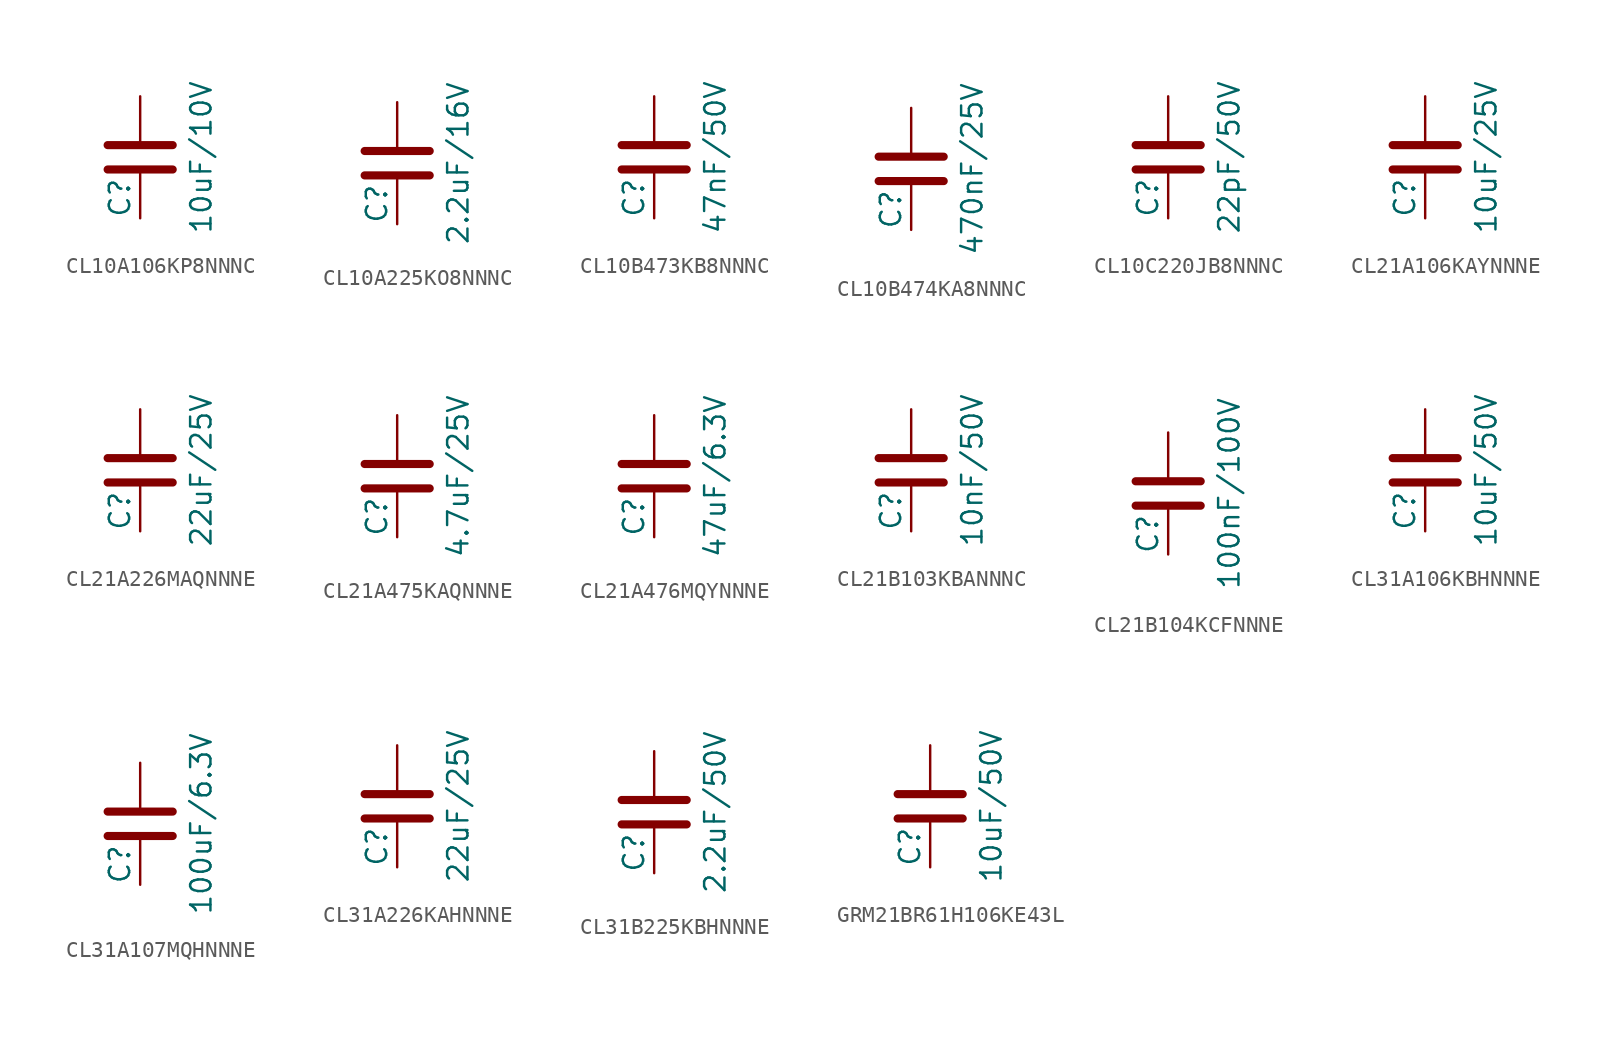
<source format=kicad_sym>
(kicad_symbol_lib
  (version 20211014)
  (generator conandllu_kicad_symbol_generator_20230922_18:37:20)
  (symbol "CL10A106KP8NNNC"
    (pin_numbers hide)
    (pin_names
      (offset 0.254))
    (property "Reference" "C"
      (at -1.27 -3.81 90)
      (effects (font (size 1.27 1.27)) (justify left)))
    (property "Value" "10uF/10V"
      (at 3.81 0 90)
      (effects (font (size 1.27 1.27))))
    (symbol "CL10A106KP8NNNC_0_1"
      (polyline (pts (xy -2.032 -0.762) (xy 2.032 -0.762)) (stroke (width 0.508) (type default)) (fill (type none)))
      (polyline (pts (xy -2.032 0.762) (xy 2.032 0.762)) (stroke (width 0.508) (type default)) (fill (type none))))
    (symbol "CL10A106KP8NNNC_1_1"
      (pin passive line (at 0 3.81 270) (length 2.794) (name "~" (effects (font (size 1.27 1.27)))) (number "1" (effects (font (size 1.27 1.27)))))
      (pin passive line (at 0 -3.81 90) (length 2.794) (name "~" (effects (font (size 1.27 1.27)))) (number "2" (effects (font (size 1.27 1.27)))))))
  (symbol "CL10A225KO8NNNC"
    (pin_numbers hide)
    (pin_names
      (offset 0.254))
    (property "Reference" "C"
      (at -1.27 -3.81 90)
      (effects (font (size 1.27 1.27)) (justify left)))
    (property "Value" "2.2uF/16V"
      (at 3.81 0 90)
      (effects (font (size 1.27 1.27))))
    (symbol "CL10A225KO8NNNC_0_1"
      (polyline (pts (xy -2.032 -0.762) (xy 2.032 -0.762)) (stroke (width 0.508) (type default)) (fill (type none)))
      (polyline (pts (xy -2.032 0.762) (xy 2.032 0.762)) (stroke (width 0.508) (type default)) (fill (type none))))
    (symbol "CL10A225KO8NNNC_1_1"
      (pin passive line (at 0 3.81 270) (length 2.794) (name "~" (effects (font (size 1.27 1.27)))) (number "1" (effects (font (size 1.27 1.27)))))
      (pin passive line (at 0 -3.81 90) (length 2.794) (name "~" (effects (font (size 1.27 1.27)))) (number "2" (effects (font (size 1.27 1.27)))))))
  (symbol "CL10B473KB8NNNC"
    (pin_numbers hide)
    (pin_names
      (offset 0.254))
    (property "Reference" "C"
      (at -1.27 -3.81 90)
      (effects (font (size 1.27 1.27)) (justify left)))
    (property "Value" "47nF/50V"
      (at 3.81 0 90)
      (effects (font (size 1.27 1.27))))
    (symbol "CL10B473KB8NNNC_0_1"
      (polyline (pts (xy -2.032 -0.762) (xy 2.032 -0.762)) (stroke (width 0.508) (type default)) (fill (type none)))
      (polyline (pts (xy -2.032 0.762) (xy 2.032 0.762)) (stroke (width 0.508) (type default)) (fill (type none))))
    (symbol "CL10B473KB8NNNC_1_1"
      (pin passive line (at 0 3.81 270) (length 2.794) (name "~" (effects (font (size 1.27 1.27)))) (number "1" (effects (font (size 1.27 1.27)))))
      (pin passive line (at 0 -3.81 90) (length 2.794) (name "~" (effects (font (size 1.27 1.27)))) (number "2" (effects (font (size 1.27 1.27)))))))
  (symbol "CL10B474KA8NNNC"
    (pin_numbers hide)
    (pin_names
      (offset 0.254))
    (property "Reference" "C"
      (at -1.27 -3.81 90)
      (effects (font (size 1.27 1.27)) (justify left)))
    (property "Value" "470nF/25V"
      (at 3.81 0 90)
      (effects (font (size 1.27 1.27))))
    (symbol "CL10B474KA8NNNC_0_1"
      (polyline (pts (xy -2.032 -0.762) (xy 2.032 -0.762)) (stroke (width 0.508) (type default)) (fill (type none)))
      (polyline (pts (xy -2.032 0.762) (xy 2.032 0.762)) (stroke (width 0.508) (type default)) (fill (type none))))
    (symbol "CL10B474KA8NNNC_1_1"
      (pin passive line (at 0 3.81 270) (length 2.794) (name "~" (effects (font (size 1.27 1.27)))) (number "1" (effects (font (size 1.27 1.27)))))
      (pin passive line (at 0 -3.81 90) (length 2.794) (name "~" (effects (font (size 1.27 1.27)))) (number "2" (effects (font (size 1.27 1.27)))))))
  (symbol "CL10C220JB8NNNC"
    (pin_numbers hide)
    (pin_names
      (offset 0.254))
    (property "Reference" "C"
      (at -1.27 -3.81 90)
      (effects (font (size 1.27 1.27)) (justify left)))
    (property "Value" "22pF/50V"
      (at 3.81 0 90)
      (effects (font (size 1.27 1.27))))
    (symbol "CL10C220JB8NNNC_0_1"
      (polyline (pts (xy -2.032 -0.762) (xy 2.032 -0.762)) (stroke (width 0.508) (type default)) (fill (type none)))
      (polyline (pts (xy -2.032 0.762) (xy 2.032 0.762)) (stroke (width 0.508) (type default)) (fill (type none))))
    (symbol "CL10C220JB8NNNC_1_1"
      (pin passive line (at 0 3.81 270) (length 2.794) (name "~" (effects (font (size 1.27 1.27)))) (number "1" (effects (font (size 1.27 1.27)))))
      (pin passive line (at 0 -3.81 90) (length 2.794) (name "~" (effects (font (size 1.27 1.27)))) (number "2" (effects (font (size 1.27 1.27)))))))
  (symbol "CL21A106KAYNNNE"
    (pin_numbers hide)
    (pin_names
      (offset 0.254))
    (property "Reference" "C"
      (at -1.27 -3.81 90)
      (effects (font (size 1.27 1.27)) (justify left)))
    (property "Value" "10uF/25V"
      (at 3.81 0 90)
      (effects (font (size 1.27 1.27))))
    (symbol "CL21A106KAYNNNE_0_1"
      (polyline (pts (xy -2.032 -0.762) (xy 2.032 -0.762)) (stroke (width 0.508) (type default)) (fill (type none)))
      (polyline (pts (xy -2.032 0.762) (xy 2.032 0.762)) (stroke (width 0.508) (type default)) (fill (type none))))
    (symbol "CL21A106KAYNNNE_1_1"
      (pin passive line (at 0 3.81 270) (length 2.794) (name "~" (effects (font (size 1.27 1.27)))) (number "1" (effects (font (size 1.27 1.27)))))
      (pin passive line (at 0 -3.81 90) (length 2.794) (name "~" (effects (font (size 1.27 1.27)))) (number "2" (effects (font (size 1.27 1.27)))))))
  (symbol "CL21A226MAQNNNE"
    (pin_numbers hide)
    (pin_names
      (offset 0.254))
    (property "Reference" "C"
      (at -1.27 -3.81 90)
      (effects (font (size 1.27 1.27)) (justify left)))
    (property "Value" "22uF/25V"
      (at 3.81 0 90)
      (effects (font (size 1.27 1.27))))
    (symbol "CL21A226MAQNNNE_0_1"
      (polyline (pts (xy -2.032 -0.762) (xy 2.032 -0.762)) (stroke (width 0.508) (type default)) (fill (type none)))
      (polyline (pts (xy -2.032 0.762) (xy 2.032 0.762)) (stroke (width 0.508) (type default)) (fill (type none))))
    (symbol "CL21A226MAQNNNE_1_1"
      (pin passive line (at 0 3.81 270) (length 2.794) (name "~" (effects (font (size 1.27 1.27)))) (number "1" (effects (font (size 1.27 1.27)))))
      (pin passive line (at 0 -3.81 90) (length 2.794) (name "~" (effects (font (size 1.27 1.27)))) (number "2" (effects (font (size 1.27 1.27)))))))
  (symbol "CL21A475KAQNNNE"
    (pin_numbers hide)
    (pin_names
      (offset 0.254))
    (property "Reference" "C"
      (at -1.27 -3.81 90)
      (effects (font (size 1.27 1.27)) (justify left)))
    (property "Value" "4.7uF/25V"
      (at 3.81 0 90)
      (effects (font (size 1.27 1.27))))
    (symbol "CL21A475KAQNNNE_0_1"
      (polyline (pts (xy -2.032 -0.762) (xy 2.032 -0.762)) (stroke (width 0.508) (type default)) (fill (type none)))
      (polyline (pts (xy -2.032 0.762) (xy 2.032 0.762)) (stroke (width 0.508) (type default)) (fill (type none))))
    (symbol "CL21A475KAQNNNE_1_1"
      (pin passive line (at 0 3.81 270) (length 2.794) (name "~" (effects (font (size 1.27 1.27)))) (number "1" (effects (font (size 1.27 1.27)))))
      (pin passive line (at 0 -3.81 90) (length 2.794) (name "~" (effects (font (size 1.27 1.27)))) (number "2" (effects (font (size 1.27 1.27)))))))
  (symbol "CL21A476MQYNNNE"
    (pin_numbers hide)
    (pin_names
      (offset 0.254))
    (property "Reference" "C"
      (at -1.27 -3.81 90)
      (effects (font (size 1.27 1.27)) (justify left)))
    (property "Value" "47uF/6.3V"
      (at 3.81 0 90)
      (effects (font (size 1.27 1.27))))
    (symbol "CL21A476MQYNNNE_0_1"
      (polyline (pts (xy -2.032 -0.762) (xy 2.032 -0.762)) (stroke (width 0.508) (type default)) (fill (type none)))
      (polyline (pts (xy -2.032 0.762) (xy 2.032 0.762)) (stroke (width 0.508) (type default)) (fill (type none))))
    (symbol "CL21A476MQYNNNE_1_1"
      (pin passive line (at 0 3.81 270) (length 2.794) (name "~" (effects (font (size 1.27 1.27)))) (number "1" (effects (font (size 1.27 1.27)))))
      (pin passive line (at 0 -3.81 90) (length 2.794) (name "~" (effects (font (size 1.27 1.27)))) (number "2" (effects (font (size 1.27 1.27)))))))
  (symbol "CL21B103KBANNNC"
    (pin_numbers hide)
    (pin_names
      (offset 0.254))
    (property "Reference" "C"
      (at -1.27 -3.81 90)
      (effects (font (size 1.27 1.27)) (justify left)))
    (property "Value" "10nF/50V"
      (at 3.81 0 90)
      (effects (font (size 1.27 1.27))))
    (symbol "CL21B103KBANNNC_0_1"
      (polyline (pts (xy -2.032 -0.762) (xy 2.032 -0.762)) (stroke (width 0.508) (type default)) (fill (type none)))
      (polyline (pts (xy -2.032 0.762) (xy 2.032 0.762)) (stroke (width 0.508) (type default)) (fill (type none))))
    (symbol "CL21B103KBANNNC_1_1"
      (pin passive line (at 0 3.81 270) (length 2.794) (name "~" (effects (font (size 1.27 1.27)))) (number "1" (effects (font (size 1.27 1.27)))))
      (pin passive line (at 0 -3.81 90) (length 2.794) (name "~" (effects (font (size 1.27 1.27)))) (number "2" (effects (font (size 1.27 1.27)))))))
  (symbol "CL21B104KCFNNNE"
    (pin_numbers hide)
    (pin_names
      (offset 0.254))
    (property "Reference" "C"
      (at -1.27 -3.81 90)
      (effects (font (size 1.27 1.27)) (justify left)))
    (property "Value" "100nF/100V"
      (at 3.81 0 90)
      (effects (font (size 1.27 1.27))))
    (symbol "CL21B104KCFNNNE_0_1"
      (polyline (pts (xy -2.032 -0.762) (xy 2.032 -0.762)) (stroke (width 0.508) (type default)) (fill (type none)))
      (polyline (pts (xy -2.032 0.762) (xy 2.032 0.762)) (stroke (width 0.508) (type default)) (fill (type none))))
    (symbol "CL21B104KCFNNNE_1_1"
      (pin passive line (at 0 3.81 270) (length 2.794) (name "~" (effects (font (size 1.27 1.27)))) (number "1" (effects (font (size 1.27 1.27)))))
      (pin passive line (at 0 -3.81 90) (length 2.794) (name "~" (effects (font (size 1.27 1.27)))) (number "2" (effects (font (size 1.27 1.27)))))))
  (symbol "CL31A106KBHNNNE"
    (pin_numbers hide)
    (pin_names
      (offset 0.254))
    (property "Reference" "C"
      (at -1.27 -3.81 90)
      (effects (font (size 1.27 1.27)) (justify left)))
    (property "Value" "10uF/50V"
      (at 3.81 0 90)
      (effects (font (size 1.27 1.27))))
    (symbol "CL31A106KBHNNNE_0_1"
      (polyline (pts (xy -2.032 -0.762) (xy 2.032 -0.762)) (stroke (width 0.508) (type default)) (fill (type none)))
      (polyline (pts (xy -2.032 0.762) (xy 2.032 0.762)) (stroke (width 0.508) (type default)) (fill (type none))))
    (symbol "CL31A106KBHNNNE_1_1"
      (pin passive line (at 0 3.81 270) (length 2.794) (name "~" (effects (font (size 1.27 1.27)))) (number "1" (effects (font (size 1.27 1.27)))))
      (pin passive line (at 0 -3.81 90) (length 2.794) (name "~" (effects (font (size 1.27 1.27)))) (number "2" (effects (font (size 1.27 1.27)))))))
  (symbol "CL31A107MQHNNNE"
    (pin_numbers hide)
    (pin_names
      (offset 0.254))
    (property "Reference" "C"
      (at -1.27 -3.81 90)
      (effects (font (size 1.27 1.27)) (justify left)))
    (property "Value" "100uF/6.3V"
      (at 3.81 0 90)
      (effects (font (size 1.27 1.27))))
    (symbol "CL31A107MQHNNNE_0_1"
      (polyline (pts (xy -2.032 -0.762) (xy 2.032 -0.762)) (stroke (width 0.508) (type default)) (fill (type none)))
      (polyline (pts (xy -2.032 0.762) (xy 2.032 0.762)) (stroke (width 0.508) (type default)) (fill (type none))))
    (symbol "CL31A107MQHNNNE_1_1"
      (pin passive line (at 0 3.81 270) (length 2.794) (name "~" (effects (font (size 1.27 1.27)))) (number "1" (effects (font (size 1.27 1.27)))))
      (pin passive line (at 0 -3.81 90) (length 2.794) (name "~" (effects (font (size 1.27 1.27)))) (number "2" (effects (font (size 1.27 1.27)))))))
  (symbol "CL31A226KAHNNNE"
    (pin_numbers hide)
    (pin_names
      (offset 0.254))
    (property "Reference" "C"
      (at -1.27 -3.81 90)
      (effects (font (size 1.27 1.27)) (justify left)))
    (property "Value" "22uF/25V"
      (at 3.81 0 90)
      (effects (font (size 1.27 1.27))))
    (symbol "CL31A226KAHNNNE_0_1"
      (polyline (pts (xy -2.032 -0.762) (xy 2.032 -0.762)) (stroke (width 0.508) (type default)) (fill (type none)))
      (polyline (pts (xy -2.032 0.762) (xy 2.032 0.762)) (stroke (width 0.508) (type default)) (fill (type none))))
    (symbol "CL31A226KAHNNNE_1_1"
      (pin passive line (at 0 3.81 270) (length 2.794) (name "~" (effects (font (size 1.27 1.27)))) (number "1" (effects (font (size 1.27 1.27)))))
      (pin passive line (at 0 -3.81 90) (length 2.794) (name "~" (effects (font (size 1.27 1.27)))) (number "2" (effects (font (size 1.27 1.27)))))))
  (symbol "CL31B225KBHNNNE"
    (pin_numbers hide)
    (pin_names
      (offset 0.254))
    (property "Reference" "C"
      (at -1.27 -3.81 90)
      (effects (font (size 1.27 1.27)) (justify left)))
    (property "Value" "2.2uF/50V"
      (at 3.81 0 90)
      (effects (font (size 1.27 1.27))))
    (symbol "CL31B225KBHNNNE_0_1"
      (polyline (pts (xy -2.032 -0.762) (xy 2.032 -0.762)) (stroke (width 0.508) (type default)) (fill (type none)))
      (polyline (pts (xy -2.032 0.762) (xy 2.032 0.762)) (stroke (width 0.508) (type default)) (fill (type none))))
    (symbol "CL31B225KBHNNNE_1_1"
      (pin passive line (at 0 3.81 270) (length 2.794) (name "~" (effects (font (size 1.27 1.27)))) (number "1" (effects (font (size 1.27 1.27)))))
      (pin passive line (at 0 -3.81 90) (length 2.794) (name "~" (effects (font (size 1.27 1.27)))) (number "2" (effects (font (size 1.27 1.27)))))))
  (symbol "GRM21BR61H106KE43L"
    (pin_numbers hide)
    (pin_names
      (offset 0.254))
    (property "Reference" "C"
      (at -1.27 -3.81 90)
      (effects (font (size 1.27 1.27)) (justify left)))
    (property "Value" "10uF/50V"
      (at 3.81 0 90)
      (effects (font (size 1.27 1.27))))
    (symbol "GRM21BR61H106KE43L_0_1"
      (polyline (pts (xy -2.032 -0.762) (xy 2.032 -0.762)) (stroke (width 0.508) (type default)) (fill (type none)))
      (polyline (pts (xy -2.032 0.762) (xy 2.032 0.762)) (stroke (width 0.508) (type default)) (fill (type none))))
    (symbol "GRM21BR61H106KE43L_1_1"
      (pin passive line (at 0 3.81 270) (length 2.794) (name "~" (effects (font (size 1.27 1.27)))) (number "1" (effects (font (size 1.27 1.27)))))
      (pin passive line (at 0 -3.81 90) (length 2.794) (name "~" (effects (font (size 1.27 1.27)))) (number "2" (effects (font (size 1.27 1.27))))))))
</source>
